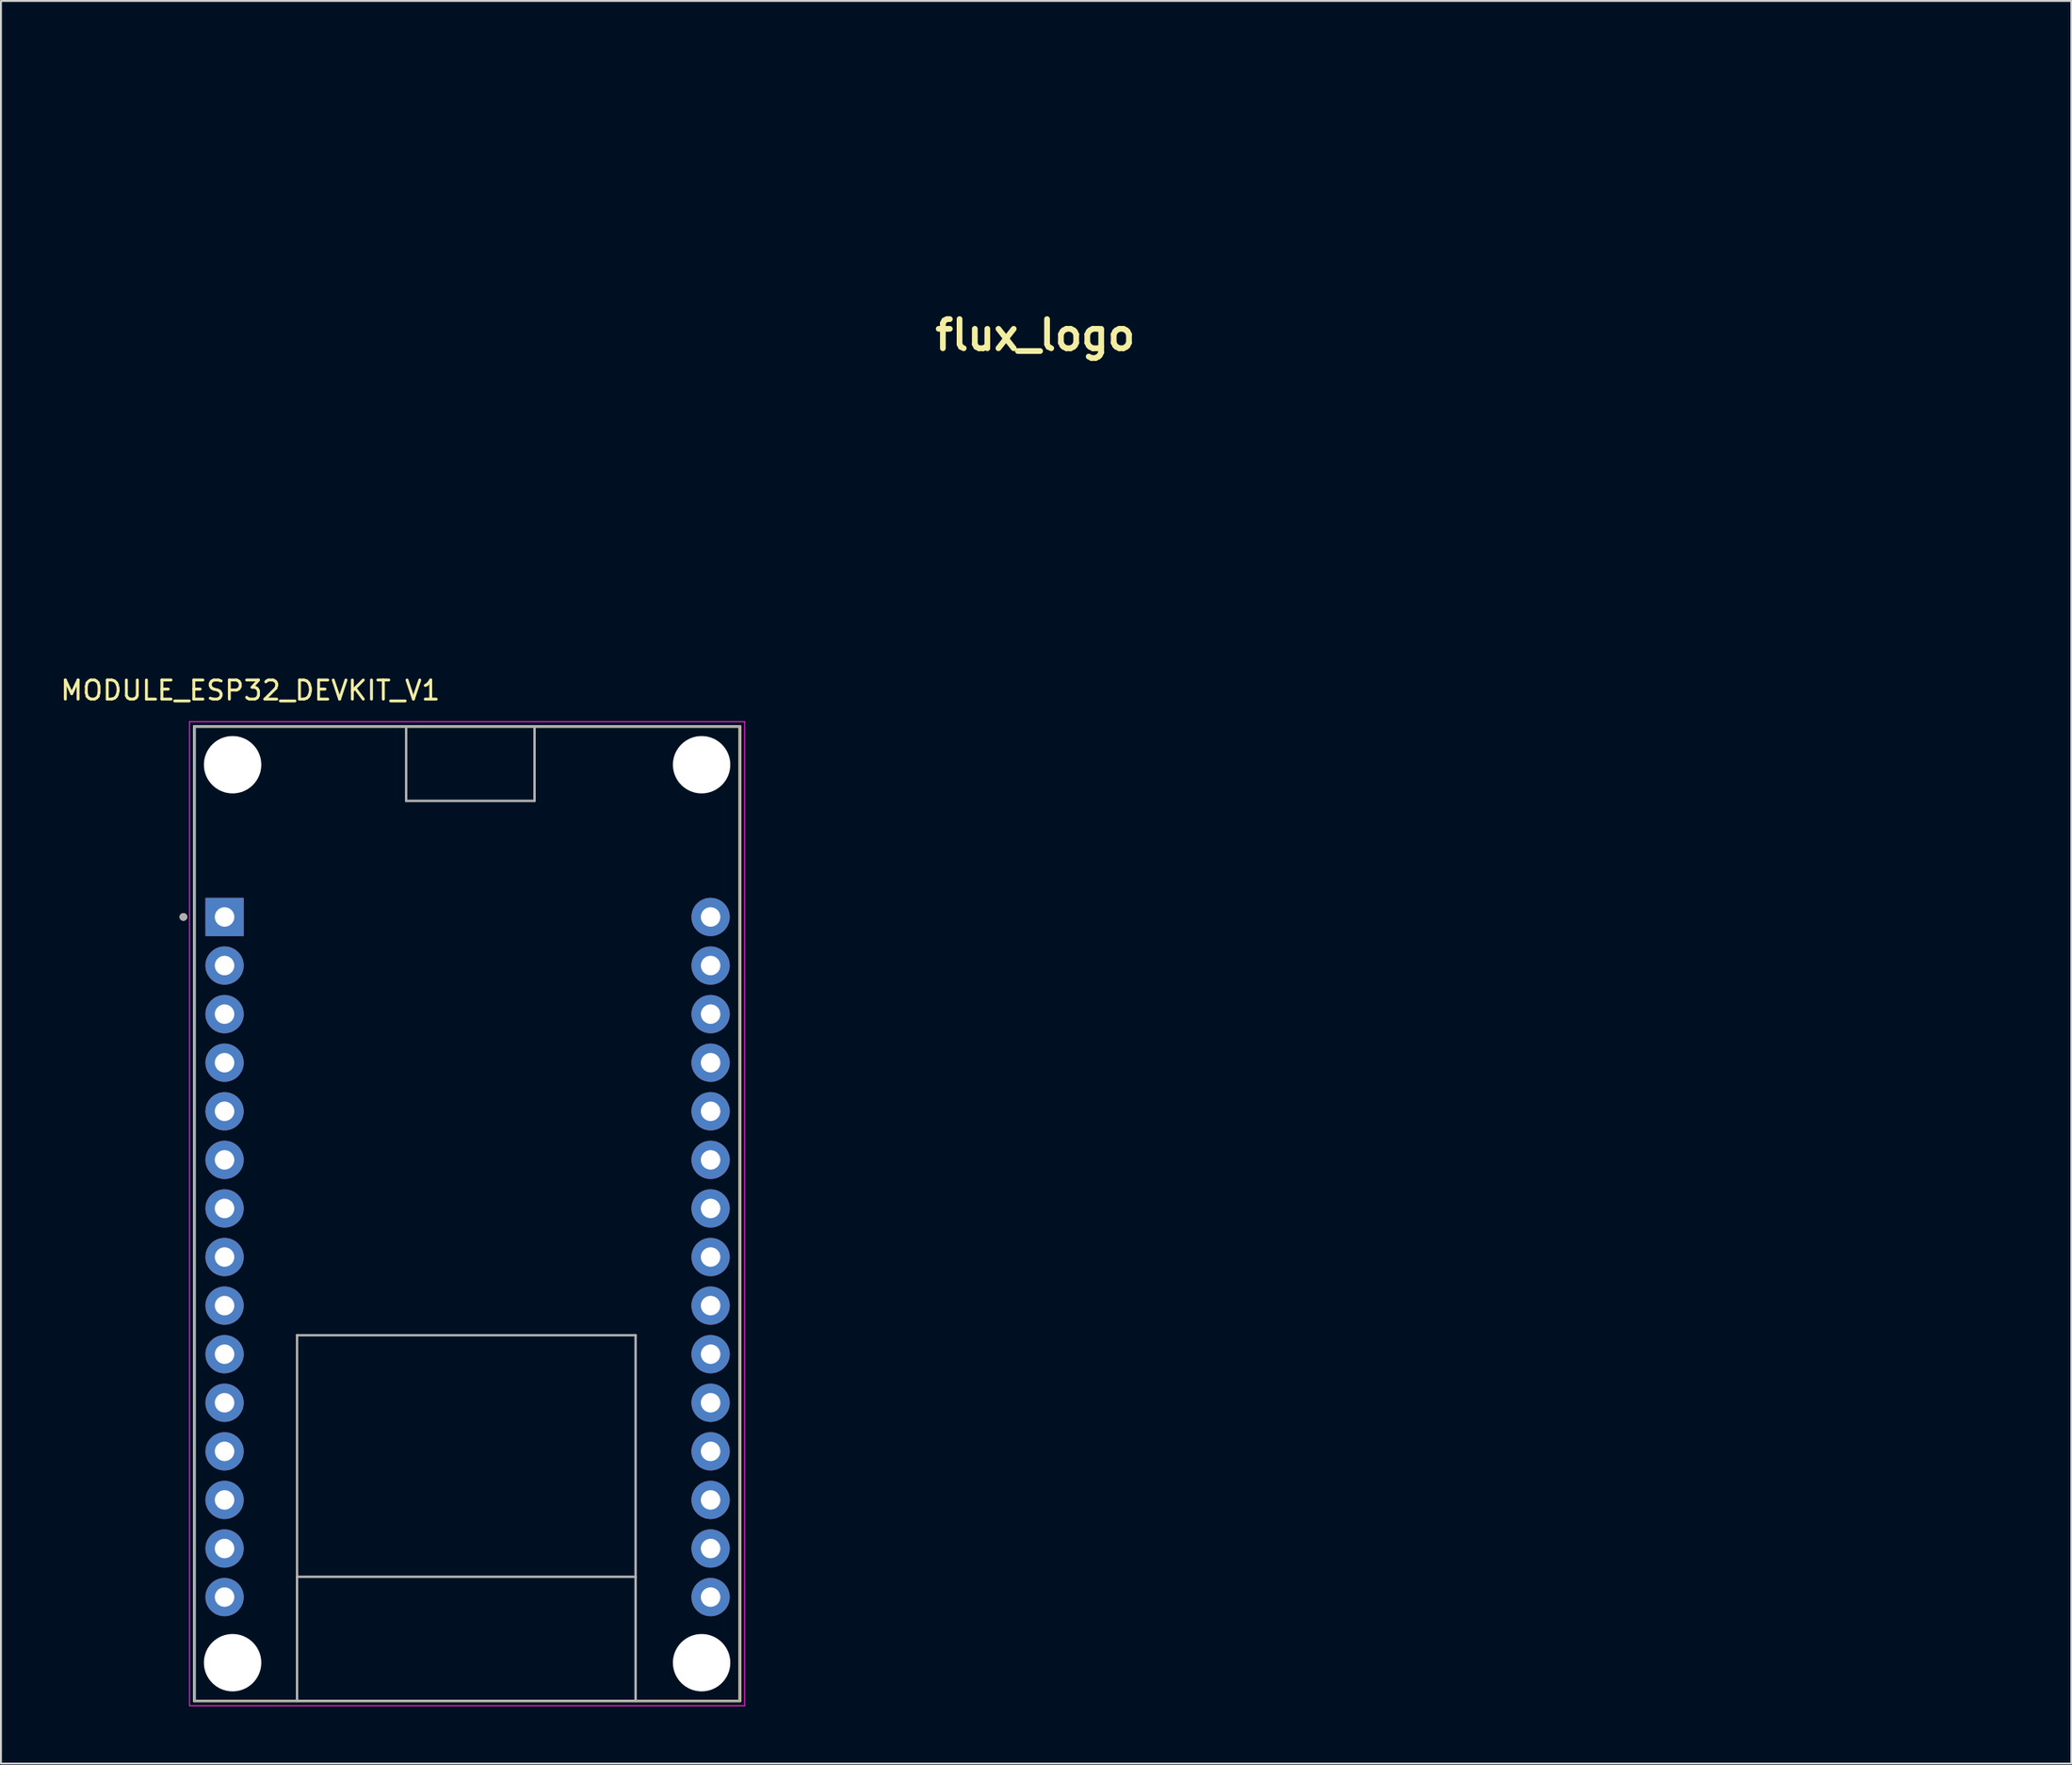
<source format=kicad_pcb>
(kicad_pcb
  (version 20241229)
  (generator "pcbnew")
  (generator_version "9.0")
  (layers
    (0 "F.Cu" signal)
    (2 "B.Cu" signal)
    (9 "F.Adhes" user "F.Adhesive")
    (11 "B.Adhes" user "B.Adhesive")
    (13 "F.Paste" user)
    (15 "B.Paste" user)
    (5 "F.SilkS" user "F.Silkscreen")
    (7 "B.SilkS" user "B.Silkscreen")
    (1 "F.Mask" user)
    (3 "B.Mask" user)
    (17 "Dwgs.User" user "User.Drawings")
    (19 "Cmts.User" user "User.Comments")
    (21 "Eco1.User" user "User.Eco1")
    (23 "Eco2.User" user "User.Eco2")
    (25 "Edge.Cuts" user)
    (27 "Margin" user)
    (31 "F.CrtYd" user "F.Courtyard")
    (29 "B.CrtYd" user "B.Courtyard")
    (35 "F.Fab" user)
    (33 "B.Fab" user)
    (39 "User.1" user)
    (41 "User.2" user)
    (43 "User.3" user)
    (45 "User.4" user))
  (footprint "MODULE_ESP32_DEVKIT_V1"
    (layer "F.Cu")
    (at 21.385 60.408)
    (property "Reference" "MODULE_ESP32_DEVKIT_V1" (at -11.355 -27.36 0) (layer "F.SilkS") (effects (font (size 1 1) (thickness 0.15))))
    (attr through_hole)
    (fp_line (start -14.28 -25.475) (end -3.211 -25.475) (stroke (width 0.127) (type solid)) (layer "F.SilkS"))
    (fp_line (start -14.28 -25.475) (end 14.23 -25.475) (stroke (width 0.127) (type solid)) (layer "F.SilkS"))
    (fp_line (start -14.28 25.475) (end -14.28 -25.475) (stroke (width 0.127) (type solid)) (layer "F.SilkS"))
    (fp_line (start -14.28 25.475) (end -14.28 -25.475) (stroke (width 0.127) (type solid)) (layer "F.SilkS"))
    (fp_line (start -14.28 25.475) (end -8.91 25.475) (stroke (width 0.127) (type solid)) (layer "F.SilkS"))
    (fp_line (start -8.91 25.475) (end 8.78 25.475) (stroke (width 0.127) (type solid)) (layer "F.SilkS"))
    (fp_line (start -3.211 -25.475) (end 3.5 -25.475) (stroke (width 0.127) (type solid)) (layer "F.SilkS"))
    (fp_line (start 3.5 -25.475) (end 14.23 -25.475) (stroke (width 0.127) (type solid)) (layer "F.SilkS"))
    (fp_line (start 8.78 25.475) (end 14.23 25.475) (stroke (width 0.127) (type solid)) (layer "F.SilkS"))
    (fp_line (start 14.23 -25.475) (end 14.23 25.475) (stroke (width 0.127) (type solid)) (layer "F.SilkS"))
    (fp_line (start 14.23 -25.475) (end 14.23 25.475) (stroke (width 0.127) (type solid)) (layer "F.SilkS"))
    (fp_line (start 14.23 25.475) (end -14.28 25.475) (stroke (width 0.127) (type solid)) (layer "F.SilkS"))
    (fp_circle (center -14.85 -15.515) (end -14.75 -15.515) (stroke (width 0.2) (type solid)) (fill no) (layer "F.SilkS"))
    (fp_poly (pts (xy -8.91 18.985) (xy 8.78 18.985) (xy 8.78 25.475) (xy -8.91 25.475)) (stroke (width 0.01) (type solid)) (fill no) (layer "Dwgs.User"))
    (fp_poly (pts (xy -8.91 18.985) (xy 8.78 18.985) (xy 8.78 25.475) (xy -8.91 25.475)) (stroke (width 0.01) (type solid)) (fill no) (layer "Dwgs.User"))
    (fp_poly (pts (xy -8.91 18.985) (xy 8.78 18.985) (xy 8.78 25.475) (xy -8.91 25.475)) (stroke (width 0.01) (type solid)) (fill no) (layer "Dwgs.User"))
    (fp_line (start -14.53 -25.725) (end -14.53 25.725) (stroke (width 0.05) (type solid)) (layer "F.CrtYd"))
    (fp_line (start -14.53 25.725) (end 14.48 25.725) (stroke (width 0.05) (type solid)) (layer "F.CrtYd"))
    (fp_line (start 14.48 -25.725) (end -14.53 -25.725) (stroke (width 0.05) (type solid)) (layer "F.CrtYd"))
    (fp_line (start 14.48 25.725) (end 14.48 -25.725) (stroke (width 0.05) (type solid)) (layer "F.CrtYd"))
    (fp_line (start -14.28 -25.475) (end -3.211 -25.475) (stroke (width 0.127) (type solid)) (layer "F.Fab"))
    (fp_line (start -14.28 25.475) (end -14.28 -25.475) (stroke (width 0.127) (type solid)) (layer "F.Fab"))
    (fp_line (start -14.28 25.475) (end -8.91 25.475) (stroke (width 0.127) (type solid)) (layer "F.Fab"))
    (fp_line (start -8.91 6.355) (end 8.78 6.355) (stroke (width 0.127) (type solid)) (layer "F.Fab"))
    (fp_line (start -8.91 18.985) (end -8.91 6.355) (stroke (width 0.127) (type solid)) (layer "F.Fab"))
    (fp_line (start -8.91 18.985) (end 8.78 18.985) (stroke (width 0.127) (type solid)) (layer "F.Fab"))
    (fp_line (start -8.91 25.475) (end -8.91 18.985) (stroke (width 0.127) (type solid)) (layer "F.Fab"))
    (fp_line (start -8.91 25.475) (end 8.78 25.475) (stroke (width 0.127) (type solid)) (layer "F.Fab"))
    (fp_line (start -3.211 -25.475) (end 3.5 -25.475) (stroke (width 0.127) (type solid)) (layer "F.Fab"))
    (fp_line (start -3.211 -21.585) (end -3.211 -25.475) (stroke (width 0.127) (type solid)) (layer "F.Fab"))
    (fp_line (start 3.5 -25.475) (end 3.5 -21.585) (stroke (width 0.127) (type solid)) (layer "F.Fab"))
    (fp_line (start 3.5 -25.475) (end 14.23 -25.475) (stroke (width 0.127) (type solid)) (layer "F.Fab"))
    (fp_line (start 3.5 -21.585) (end -3.211 -21.585) (stroke (width 0.127) (type solid)) (layer "F.Fab"))
    (fp_line (start 8.78 6.355) (end 8.78 18.985) (stroke (width 0.127) (type solid)) (layer "F.Fab"))
    (fp_line (start 8.78 18.985) (end 8.78 25.475) (stroke (width 0.127) (type solid)) (layer "F.Fab"))
    (fp_line (start 8.78 25.475) (end 14.23 25.475) (stroke (width 0.127) (type solid)) (layer "F.Fab"))
    (fp_line (start 14.23 -25.475) (end 14.23 25.475) (stroke (width 0.127) (type solid)) (layer "F.Fab"))
    (fp_circle (center -14.85 -15.515) (end -14.75 -15.515) (stroke (width 0.2) (type solid)) (fill no) (layer "F.Fab"))
    (pad "" np_thru_hole circle (at -12.28 -23.475) (size 3 3) (drill 3) (layers "*.Cu" "*.Mask"))
    (pad "" np_thru_hole circle (at -12.28 23.475) (size 3 3) (drill 3) (layers "*.Cu" "*.Mask"))
    (pad "" np_thru_hole circle (at 12.23 -23.475) (size 3 3) (drill 3) (layers "*.Cu" "*.Mask"))
    (pad "" np_thru_hole circle (at 12.23 23.475) (size 3 3) (drill 3) (layers "*.Cu" "*.Mask"))
    (pad "1" thru_hole rect (at -12.7 -15.515) (size 2 2) (drill 1.02) (layers "*.Cu" "*.Mask"))
    (pad "2" thru_hole circle (at -12.7 -12.975) (size 2 2) (drill 1.02) (layers "*.Cu" "*.Mask"))
    (pad "3" thru_hole circle (at -12.7 -10.435) (size 2 2) (drill 1.02) (layers "*.Cu" "*.Mask"))
    (pad "4" thru_hole circle (at -12.7 -7.895) (size 2 2) (drill 1.02) (layers "*.Cu" "*.Mask"))
    (pad "5" thru_hole circle (at -12.7 -5.355) (size 2 2) (drill 1.02) (layers "*.Cu" "*.Mask"))
    (pad "6" thru_hole circle (at -12.7 -2.815) (size 2 2) (drill 1.02) (layers "*.Cu" "*.Mask"))
    (pad "7" thru_hole circle (at -12.7 -0.275) (size 2 2) (drill 1.02) (layers "*.Cu" "*.Mask"))
    (pad "8" thru_hole circle (at -12.7 2.265) (size 2 2) (drill 1.02) (layers "*.Cu" "*.Mask"))
    (pad "9" thru_hole circle (at -12.7 4.805) (size 2 2) (drill 1.02) (layers "*.Cu" "*.Mask"))
    (pad "10" thru_hole circle (at -12.7 7.345) (size 2 2) (drill 1.02) (layers "*.Cu" "*.Mask"))
    (pad "11" thru_hole circle (at -12.7 9.885) (size 2 2) (drill 1.02) (layers "*.Cu" "*.Mask"))
    (pad "12" thru_hole circle (at -12.7 12.425) (size 2 2) (drill 1.02) (layers "*.Cu" "*.Mask"))
    (pad "13" thru_hole circle (at -12.7 14.965) (size 2 2) (drill 1.02) (layers "*.Cu" "*.Mask"))
    (pad "14" thru_hole circle (at -12.7 17.505) (size 2 2) (drill 1.02) (layers "*.Cu" "*.Mask"))
    (pad "15" thru_hole circle (at -12.7 20.045) (size 2 2) (drill 1.02) (layers "*.Cu" "*.Mask"))
    (pad "16" thru_hole circle (at 12.7 20.045) (size 2 2) (drill 1.02) (layers "*.Cu" "*.Mask"))
    (pad "17" thru_hole circle (at 12.7 17.505) (size 2 2) (drill 1.02) (layers "*.Cu" "*.Mask"))
    (pad "18" thru_hole circle (at 12.7 14.965) (size 2 2) (drill 1.02) (layers "*.Cu" "*.Mask"))
    (pad "19" thru_hole circle (at 12.7 12.425) (size 2 2) (drill 1.02) (layers "*.Cu" "*.Mask"))
    (pad "20" thru_hole circle (at 12.7 9.885) (size 2 2) (drill 1.02) (layers "*.Cu" "*.Mask"))
    (pad "21" thru_hole circle (at 12.7 7.345) (size 2 2) (drill 1.02) (layers "*.Cu" "*.Mask"))
    (pad "22" thru_hole circle (at 12.7 4.805) (size 2 2) (drill 1.02) (layers "*.Cu" "*.Mask"))
    (pad "23" thru_hole circle (at 12.7 2.265) (size 2 2) (drill 1.02) (layers "*.Cu" "*.Mask"))
    (pad "24" thru_hole circle (at 12.7 -0.275) (size 2 2) (drill 1.02) (layers "*.Cu" "*.Mask"))
    (pad "25" thru_hole circle (at 12.7 -2.815) (size 2 2) (drill 1.02) (layers "*.Cu" "*.Mask"))
    (pad "26" thru_hole circle (at 12.7 -5.355) (size 2 2) (drill 1.02) (layers "*.Cu" "*.Mask"))
    (pad "27" thru_hole circle (at 12.7 -7.895) (size 2 2) (drill 1.02) (layers "*.Cu" "*.Mask"))
    (pad "28" thru_hole circle (at 12.7 -10.435) (size 2 2) (drill 1.02) (layers "*.Cu" "*.Mask"))
    (pad "29" thru_hole circle (at 12.7 -12.975) (size 2 2) (drill 1.02) (layers "*.Cu" "*.Mask"))
    (pad "30" thru_hole circle (at 12.7 -15.515) (size 2 2) (drill 1.02) (layers "*.Cu" "*.Mask")))
  (footprint "flux_logo"
    (layer "F.Cu")
    (at 51.05 14.469)
    (property "Reference" "flux_logo" (at 0 0 0) (layer "F.SilkS") (effects (font (size 1.524 1.524) (thickness 0.3))))
    (attr through_hole)
    (fp_poly (pts (xy 5.821 14.287) (xy 3.611 14.393) (xy 2.236 14.402) (xy 1.463 14.257) (xy 1.226 14.039) (xy 1.188 13.592) (xy 1.159 12.521) (xy 1.137 10.906) (xy 1.124 8.828) (xy 1.119 6.367) (xy 1.125 3.604) (xy 1.14 0.62) (xy 1.142 0.352) (xy 1.235 -12.876) (xy 5.821 -12.876) (xy 5.821 14.287)) (stroke (width 0.01) (type solid)) (fill no) (layer "Eco2.User"))
    (fp_poly (pts (xy -3.393 -14.358) (xy -2.569 -13.968) (xy -2.204 -13.184) (xy -2.183 -11.932) (xy -2.293 -10.407) (xy -4.662 -10.231) (xy -6.284 -10.023) (xy -7.342 -9.622) (xy -7.97 -8.926) (xy -8.306 -7.834) (xy -8.364 -7.457) (xy -8.56 -5.997) (xy -5.938 -5.997) (xy -4.328 -5.943) (xy -3.299 -5.733) (xy -2.728 -5.299) (xy -2.496 -4.572) (xy -2.469 -4.015) (xy -2.512 -2.952) (xy -2.729 -2.29) (xy -3.254 -1.934) (xy -4.223 -1.79) (xy -5.675 -1.764) (xy -8.453 -1.764) (xy -8.548 6.085) (xy -8.643 13.935) (xy -10.852 14.04) (xy -12.227 14.049) (xy -12.997 13.905) (xy -13.232 13.687) (xy -13.286 13.21) (xy -13.343 12.139) (xy -13.397 10.586) (xy -13.445 8.663) (xy -13.483 6.481) (xy -13.492 5.821) (xy -13.582 -1.587) (xy -17.462 -1.94) (xy -17.572 -3.67) (xy -17.572 -4.852) (xy -17.298 -5.55) (xy -16.615 -5.888) (xy -15.391 -5.989) (xy -15.081 -5.992) (xy -13.406 -5.997) (xy -13.406 -7.772) (xy -13.134 -9.962) (xy -12.318 -11.714) (xy -10.952 -13.033) (xy -9.031 -13.924) (xy -6.55 -14.388) (xy -4.788 -14.464) (xy -3.393 -14.358)) (stroke (width 0.01) (type solid)) (fill no) (layer "Eco2.User"))
    (fp_poly (pts (xy 27.227 -5.634) (xy 28.185 -5.443) (xy 28.697 -5.121) (xy 28.714 -5.086) (xy 28.772 -4.593) (xy 28.824 -3.495) (xy 28.868 -1.894) (xy 28.901 0.111) (xy 28.922 2.417) (xy 28.928 4.544) (xy 28.917 7.594) (xy 28.884 9.99) (xy 28.825 11.784) (xy 28.739 13.026) (xy 28.623 13.769) (xy 28.504 14.041) (xy 27.911 14.284) (xy 26.891 14.428) (xy 25.714 14.461) (xy 24.654 14.368) (xy 24.194 14.25) (xy 23.757 13.768) (xy 23.636 13.206) (xy 23.636 12.376) (xy 21.895 13.459) (xy 19.933 14.324) (xy 17.724 14.726) (xy 15.532 14.634) (xy 14.287 14.313) (xy 12.816 13.469) (xy 11.445 12.154) (xy 10.378 10.593) (xy 9.912 9.446) (xy 9.739 8.364) (xy 9.629 6.614) (xy 9.581 4.231) (xy 9.599 1.249) (xy 9.599 1.235) (xy 9.701 -5.468) (xy 14.64 -5.468) (xy 14.817 1.235) (xy 14.895 3.804) (xy 14.995 5.765) (xy 15.137 7.216) (xy 15.347 8.255) (xy 15.647 8.981) (xy 16.062 9.49) (xy 16.613 9.88) (xy 16.926 10.051) (xy 18.472 10.536) (xy 20.103 10.386) (xy 20.978 10.082) (xy 21.747 9.692) (xy 22.325 9.187) (xy 22.739 8.467) (xy 23.016 7.435) (xy 23.182 5.994) (xy 23.262 4.045) (xy 23.283 1.49) (xy 23.283 1.457) (xy 23.296 -0.56) (xy 23.329 -2.355) (xy 23.38 -3.798) (xy 23.444 -4.761) (xy 23.497 -5.086) (xy 23.959 -5.42) (xy 24.886 -5.622) (xy 26.052 -5.693) (xy 27.227 -5.634)) (stroke (width 0.01) (type solid)) (fill no) (layer "Eco2.User"))
    (fp_poly (pts (xy 48.425 -5.573) (xy 49.682 -5.473) (xy 50.388 -5.294) (xy 50.695 -4.987) (xy 50.734 -4.85) (xy 50.571 -4.331) (xy 50.022 -3.373) (xy 49.155 -2.079) (xy 48.035 -0.553) (xy 47.949 -0.44) (xy 46.857 0.986) (xy 45.907 2.227) (xy 45.187 3.167) (xy 44.788 3.688) (xy 44.751 3.737) (xy 44.846 4.164) (xy 45.362 5.079) (xy 46.266 6.43) (xy 47.525 8.165) (xy 47.998 8.795) (xy 49.424 10.699) (xy 50.417 12.123) (xy 50.986 13.135) (xy 51.141 13.805) (xy 50.891 14.203) (xy 50.243 14.398) (xy 49.206 14.461) (xy 48.708 14.464) (xy 47.504 14.389) (xy 46.541 14.198) (xy 46.161 14.023) (xy 45.727 13.566) (xy 44.988 12.686) (xy 44.062 11.525) (xy 43.392 10.657) (xy 42.455 9.479) (xy 41.664 8.584) (xy 41.116 8.075) (xy 40.923 8.011) (xy 40.621 8.39) (xy 39.987 9.202) (xy 39.12 10.32) (xy 38.304 11.377) (xy 35.925 14.464) (xy 33.72 14.464) (xy 32.53 14.429) (xy 31.641 14.338) (xy 31.28 14.229) (xy 31.111 13.95) (xy 31.132 13.556) (xy 31.392 12.962) (xy 31.936 12.084) (xy 32.813 10.839) (xy 34.069 9.142) (xy 34.396 8.707) (xy 35.537 7.179) (xy 36.511 5.853) (xy 37.247 4.829) (xy 37.672 4.207) (xy 37.747 4.068) (xy 37.547 3.736) (xy 36.996 2.943) (xy 36.168 1.793) (xy 35.137 0.388) (xy 34.585 -0.355) (xy 33.324 -2.098) (xy 32.38 -3.514) (xy 31.797 -4.534) (xy 31.617 -5.088) (xy 31.624 -5.12) (xy 31.946 -5.423) (xy 32.702 -5.587) (xy 34.02 -5.637) (xy 34.169 -5.637) (xy 36.513 -5.63) (xy 38.764 -2.639) (xy 39.709 -1.412) (xy 40.506 -0.429) (xy 41.058 0.194) (xy 41.254 0.353) (xy 41.556 0.092) (xy 42.189 -0.614) (xy 43.054 -1.652) (xy 43.863 -2.662) (xy 46.233 -5.678) (xy 48.425 -5.573)) (stroke (width 0.01) (type solid)) (fill no) (layer "Eco2.User"))
    (fp_poly (pts (xy -30.497 -14.387) (xy -29.556 -14.316) (xy -28.894 -14.197) (xy -28.406 -14.022) (xy -28.046 -13.824) (xy -27.433 -13.24) (xy -26.64 -12.211) (xy -25.771 -10.911) (xy -24.933 -9.514) (xy -24.228 -8.191) (xy -23.764 -7.117) (xy -23.636 -6.553) (xy -23.799 -6.067) (xy -24.245 -5.081) (xy -24.914 -3.713) (xy -25.743 -2.079) (xy -26.671 -0.295) (xy -27.637 1.522) (xy -28.578 3.256) (xy -29.433 4.79) (xy -30.141 6.008) (xy -30.64 6.794) (xy -30.821 7.017) (xy -31.355 7.192) (xy -32.403 7.347) (xy -33.774 7.457) (xy -34.341 7.482) (xy -35.825 7.541) (xy -36.775 7.635) (xy -37.361 7.821) (xy -37.754 8.154) (xy -38.126 8.692) (xy -38.157 8.742) (xy -38.889 9.899) (xy -34.379 9.8) (xy -29.869 9.701) (xy -23.868 -0.738) (xy -22.076 -0.634) (xy -21.023 -0.545) (xy -20.501 -0.372) (xy -20.339 -0.01) (xy -20.346 0.404) (xy -20.542 1.014) (xy -21.039 2.1) (xy -21.768 3.538) (xy -22.66 5.205) (xy -23.644 6.976) (xy -24.652 8.728) (xy -25.614 10.337) (xy -26.459 11.679) (xy -27.12 12.63) (xy -27.401 12.965) (xy -27.689 13.23) (xy -28.021 13.428) (xy -28.495 13.569) (xy -29.21 13.663) (xy -30.266 13.719) (xy -31.761 13.748) (xy -33.795 13.757) (xy -35.547 13.758) (xy -38.2 13.747) (xy -40.227 13.71) (xy -41.705 13.642) (xy -42.713 13.539) (xy -43.331 13.396) (xy -43.556 13.282) (xy -44.081 12.596) (xy -44.138 11.607) (xy -43.714 10.26) (xy -42.799 8.501) (xy -42.306 7.691) (xy -41.251 6.039) (xy -40.43 4.894) (xy -39.706 4.164) (xy -38.941 3.755) (xy -38 3.575) (xy -36.745 3.529) (xy -36.193 3.528) (xy -33.306 3.528) (xy -30.603 -1.499) (xy -27.901 -6.526) (xy -29.893 -10.054) (xy -35.672 -10.142) (xy -41.451 -10.229) (xy -44.313 -5.203) (xy -45.391 -3.286) (xy -46.147 -1.876) (xy -46.622 -0.873) (xy -46.86 -0.18) (xy -46.901 0.301) (xy -46.814 0.617) (xy -46.449 1.249) (xy -46.098 1.304) (xy -45.636 0.755) (xy -45.359 0.304) (xy -44.657 -0.796) (xy -43.998 -1.501) (xy -43.197 -1.899) (xy -42.074 -2.075) (xy -40.444 -2.117) (xy -40.273 -2.117) (xy -38.777 -2.128) (xy -37.831 -2.187) (xy -37.278 -2.333) (xy -36.963 -2.608) (xy -36.746 -3.015) (xy -36.442 -3.792) (xy -36.336 -4.25) (xy -36.659 -4.416) (xy -37.509 -4.536) (xy -38.707 -4.586) (xy -38.806 -4.586) (xy -40.03 -4.631) (xy -40.911 -4.75) (xy -41.274 -4.918) (xy -41.275 -4.929) (xy -41.131 -5.425) (xy -40.764 -6.304) (xy -40.499 -6.87) (xy -39.723 -8.467) (xy -35.713 -8.467) (xy -33.587 -8.43) (xy -32.074 -8.303) (xy -31.088 -8.062) (xy -30.541 -7.685) (xy -30.344 -7.146) (xy -30.339 -7.016) (xy -30.522 -6.293) (xy -31.011 -5.165) (xy -31.721 -3.781) (xy -32.564 -2.29) (xy -33.452 -0.84) (xy -34.298 0.422) (xy -35.015 1.347) (xy -35.516 1.787) (xy -35.522 1.79) (xy -36.29 1.95) (xy -37.513 2.069) (xy -38.94 2.123) (xy -39.093 2.124) (xy -41.804 2.131) (xy -43.301 4.41) (xy -44.468 5.958) (xy -45.53 6.835) (xy -46.539 7.035) (xy -47.549 6.555) (xy -48.611 5.392) (xy -49.527 3.978) (xy -50.285 2.64) (xy -50.796 1.523) (xy -51.045 0.506) (xy -51.013 -0.532) (xy -50.683 -1.711) (xy -50.039 -3.153) (xy -49.063 -4.978) (xy -47.983 -6.879) (xy -46.894 -8.744) (xy -45.864 -10.45) (xy -44.964 -11.878) (xy -44.27 -12.912) (xy -43.885 -13.406) (xy -43.573 -13.707) (xy -43.238 -13.932) (xy -42.779 -14.094) (xy -42.091 -14.205) (xy -41.071 -14.278) (xy -39.617 -14.326) (xy -37.624 -14.363) (xy -36.064 -14.386) (xy -33.645 -14.414) (xy -31.825 -14.417) (xy -30.497 -14.387)) (stroke (width 0.01) (type solid)) (fill no) (layer "Eco2.User")))
  (gr_rect
    (start -3 -3)
    (end 105.196 89.158)
    (stroke (width 0.1) (type default))
    (fill no)
    (layer "Edge.Cuts")))
</source>
